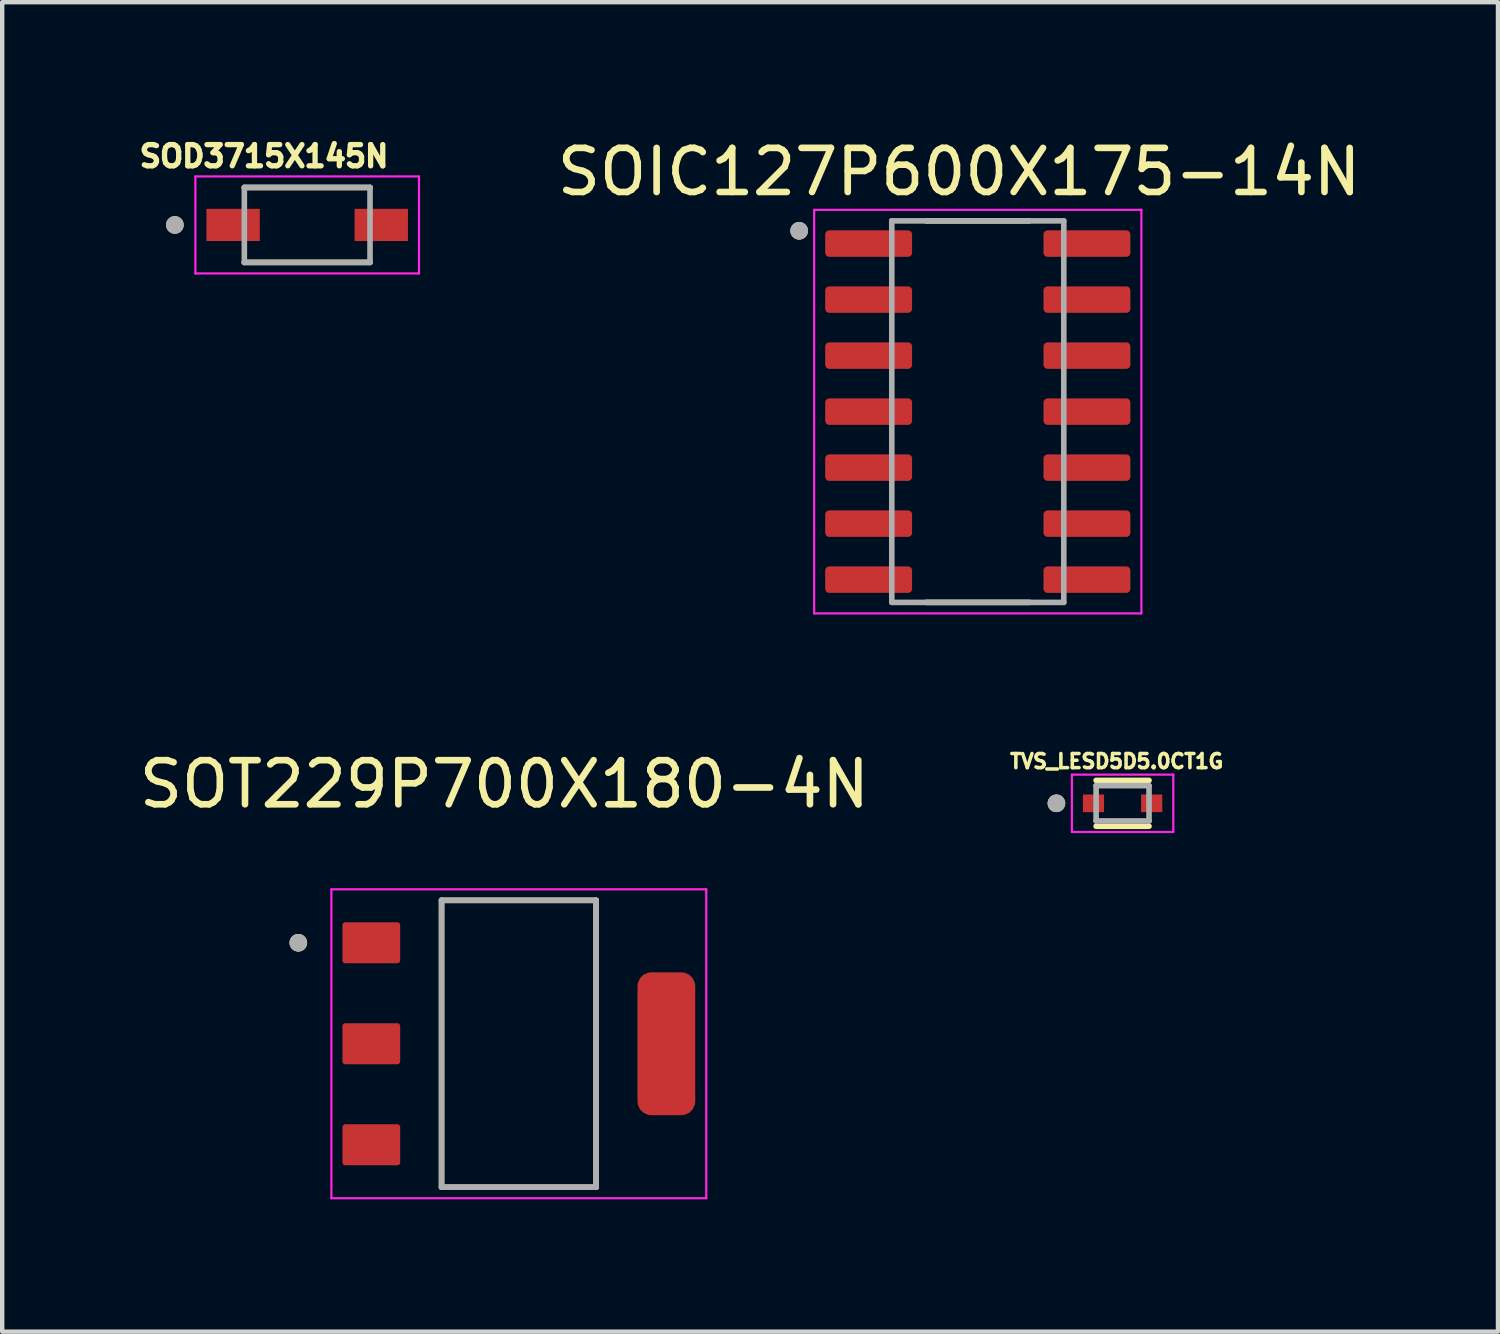
<source format=kicad_pcb>
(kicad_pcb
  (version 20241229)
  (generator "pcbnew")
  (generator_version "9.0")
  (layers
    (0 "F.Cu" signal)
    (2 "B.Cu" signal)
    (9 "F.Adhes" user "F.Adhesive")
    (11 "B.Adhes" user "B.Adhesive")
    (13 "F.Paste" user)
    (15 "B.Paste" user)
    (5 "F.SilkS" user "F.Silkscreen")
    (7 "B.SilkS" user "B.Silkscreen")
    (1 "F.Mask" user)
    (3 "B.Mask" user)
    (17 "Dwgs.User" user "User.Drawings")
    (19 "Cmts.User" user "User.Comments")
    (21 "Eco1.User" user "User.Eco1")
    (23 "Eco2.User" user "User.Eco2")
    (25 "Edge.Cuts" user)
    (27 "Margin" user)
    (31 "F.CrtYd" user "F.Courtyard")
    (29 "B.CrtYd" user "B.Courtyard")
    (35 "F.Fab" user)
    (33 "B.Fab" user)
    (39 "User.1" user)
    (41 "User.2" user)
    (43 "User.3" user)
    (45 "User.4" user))
  (footprint "TVS_LESD5D5.0CT1G"
    (layer "F.Cu")
    (at 22.403 15.164)
    (property "Reference" "TVS_LESD5D5.0CT1G" (at -0.134 -0.953 0) (layer "F.SilkS") (effects (font (size 0.32 0.32) (thickness 0.15))))
    (attr smd)
    (fp_line (start -0.6 -0.52) (end 0.6 -0.52) (stroke (width 0.127) (type solid)) (layer "F.SilkS"))
    (fp_line (start 0.6 0.52) (end -0.6 0.52) (stroke (width 0.127) (type solid)) (layer "F.SilkS"))
    (fp_circle (center -1.5 0) (end -1.4 0) (stroke (width 0.2) (type solid)) (fill no) (layer "F.SilkS"))
    (fp_line (start -1.15 -0.65) (end -1.15 0.65) (stroke (width 0.05) (type solid)) (layer "F.CrtYd"))
    (fp_line (start -1.15 0.65) (end 1.15 0.65) (stroke (width 0.05) (type solid)) (layer "F.CrtYd"))
    (fp_line (start 1.15 -0.65) (end -1.15 -0.65) (stroke (width 0.05) (type solid)) (layer "F.CrtYd"))
    (fp_line (start 1.15 0.65) (end 1.15 -0.65) (stroke (width 0.05) (type solid)) (layer "F.CrtYd"))
    (fp_line (start -0.6 -0.4) (end 0.6 -0.4) (stroke (width 0.127) (type solid)) (layer "F.Fab"))
    (fp_line (start -0.6 0.4) (end -0.6 -0.4) (stroke (width 0.127) (type solid)) (layer "F.Fab"))
    (fp_line (start 0.6 -0.4) (end 0.6 0.4) (stroke (width 0.127) (type solid)) (layer "F.Fab"))
    (fp_line (start 0.6 0.4) (end -0.6 0.4) (stroke (width 0.127) (type solid)) (layer "F.Fab"))
    (fp_circle (center -1.5 0) (end -1.4 0) (stroke (width 0.2) (type solid)) (fill no) (layer "F.Fab"))
    (pad "1" smd rect (at -0.66 0) (size 0.48 0.4) (layers "F.Cu" "F.Mask" "F.Paste"))
    (pad "2" smd rect (at 0.66 0) (size 0.48 0.4) (layers "F.Cu" "F.Mask" "F.Paste")))
  (footprint "SOT229P700X180-4N"
    (layer "F.Cu")
    (at 8.714 20.616)
    (property "Reference" "SOT229P700X180-4N" (at -0.328 -5.885 0) (layer "F.SilkS") (effects (font (size 1 1) (thickness 0.15))))
    (attr smd)
    (fp_line (start -1.752 -3.252) (end 1.752 -3.252) (stroke (width 0.127) (type solid)) (layer "F.SilkS"))
    (fp_line (start -1.752 3.252) (end -1.752 -3.252) (stroke (width 0.127) (type solid)) (layer "F.SilkS"))
    (fp_line (start 1.752 -3.252) (end 1.752 3.252) (stroke (width 0.127) (type solid)) (layer "F.SilkS"))
    (fp_line (start 1.752 3.252) (end -1.752 3.252) (stroke (width 0.127) (type solid)) (layer "F.SilkS"))
    (fp_circle (center -5 -2.29) (end -4.9 -2.29) (stroke (width 0.2) (type solid)) (fill no) (layer "F.SilkS"))
    (fp_line (start -4.25 -3.502) (end -4.25 3.502) (stroke (width 0.05) (type solid)) (layer "F.CrtYd"))
    (fp_line (start -4.25 3.502) (end 4.25 3.502) (stroke (width 0.05) (type solid)) (layer "F.CrtYd"))
    (fp_line (start 4.25 -3.502) (end -4.25 -3.502) (stroke (width 0.05) (type solid)) (layer "F.CrtYd"))
    (fp_line (start 4.25 3.502) (end 4.25 -3.502) (stroke (width 0.05) (type solid)) (layer "F.CrtYd"))
    (fp_line (start -1.752 -3.252) (end 1.752 -3.252) (stroke (width 0.127) (type solid)) (layer "F.Fab"))
    (fp_line (start -1.752 3.252) (end -1.752 -3.252) (stroke (width 0.127) (type solid)) (layer "F.Fab"))
    (fp_line (start 1.752 -3.252) (end 1.752 3.252) (stroke (width 0.127) (type solid)) (layer "F.Fab"))
    (fp_line (start 1.752 3.252) (end -1.752 3.252) (stroke (width 0.127) (type solid)) (layer "F.Fab"))
    (fp_circle (center -5 -2.29) (end -4.9 -2.29) (stroke (width 0.2) (type solid)) (fill no) (layer "F.Fab"))
    (pad "1" smd roundrect (at -3.345 -2.29) (size 1.31 0.93) (layers "F.Cu" "F.Mask" "F.Paste") (roundrect_rratio 0.07))
    (pad "2" smd roundrect (at -3.345 0) (size 1.31 0.93) (layers "F.Cu" "F.Mask" "F.Paste") (roundrect_rratio 0.07))
    (pad "3" smd roundrect (at -3.345 2.29) (size 1.31 0.93) (layers "F.Cu" "F.Mask" "F.Paste") (roundrect_rratio 0.07))
    (pad "4" smd roundrect (at 3.345 0) (size 1.31 3.24) (layers "F.Cu" "F.Mask" "F.Paste") (roundrect_rratio 0.24)))
  (footprint "SOIC127P600X175-14N"
    (layer "F.Cu")
    (at 19.12 6.283)
    (property "Reference" "SOIC127P600X175-14N" (at -0.425 -5.435 0) (layer "F.SilkS") (effects (font (size 1 1) (thickness 0.15))))
    (attr smd)
    (fp_line (start -1.17 -4.325) (end 1.17 -4.325) (stroke (width 0.127) (type solid)) (layer "F.SilkS"))
    (fp_line (start -1.17 4.325) (end 1.17 4.325) (stroke (width 0.127) (type solid)) (layer "F.SilkS"))
    (fp_circle (center -4.05 -4.1) (end -3.95 -4.1) (stroke (width 0.2) (type solid)) (fill no) (layer "F.SilkS"))
    (fp_line (start -3.71 -4.575) (end 3.71 -4.575) (stroke (width 0.05) (type solid)) (layer "F.CrtYd"))
    (fp_line (start -3.71 4.575) (end -3.71 -4.575) (stroke (width 0.05) (type solid)) (layer "F.CrtYd"))
    (fp_line (start 3.71 -4.575) (end 3.71 4.575) (stroke (width 0.05) (type solid)) (layer "F.CrtYd"))
    (fp_line (start 3.71 4.575) (end -3.71 4.575) (stroke (width 0.05) (type solid)) (layer "F.CrtYd"))
    (fp_line (start -1.95 -4.325) (end 1.95 -4.325) (stroke (width 0.127) (type solid)) (layer "F.Fab"))
    (fp_line (start -1.95 4.325) (end -1.95 -4.325) (stroke (width 0.127) (type solid)) (layer "F.Fab"))
    (fp_line (start 1.95 -4.325) (end 1.95 4.325) (stroke (width 0.127) (type solid)) (layer "F.Fab"))
    (fp_line (start 1.95 4.325) (end -1.95 4.325) (stroke (width 0.127) (type solid)) (layer "F.Fab"))
    (fp_circle (center -4.05 -4.1) (end -3.95 -4.1) (stroke (width 0.2) (type solid)) (fill no) (layer "F.Fab"))
    (pad "1" smd roundrect (at -2.475 -3.81) (size 1.97 0.6) (layers "F.Cu" "F.Mask" "F.Paste") (roundrect_rratio 0.15))
    (pad "2" smd roundrect (at -2.475 -2.54) (size 1.97 0.6) (layers "F.Cu" "F.Mask" "F.Paste") (roundrect_rratio 0.15))
    (pad "3" smd roundrect (at -2.475 -1.27) (size 1.97 0.6) (layers "F.Cu" "F.Mask" "F.Paste") (roundrect_rratio 0.15))
    (pad "4" smd roundrect (at -2.475 0) (size 1.97 0.6) (layers "F.Cu" "F.Mask" "F.Paste") (roundrect_rratio 0.15))
    (pad "5" smd roundrect (at -2.475 1.27) (size 1.97 0.6) (layers "F.Cu" "F.Mask" "F.Paste") (roundrect_rratio 0.15))
    (pad "6" smd roundrect (at -2.475 2.54) (size 1.97 0.6) (layers "F.Cu" "F.Mask" "F.Paste") (roundrect_rratio 0.15))
    (pad "7" smd roundrect (at -2.475 3.81) (size 1.97 0.6) (layers "F.Cu" "F.Mask" "F.Paste") (roundrect_rratio 0.15))
    (pad "8" smd roundrect (at 2.475 3.81) (size 1.97 0.6) (layers "F.Cu" "F.Mask" "F.Paste") (roundrect_rratio 0.15))
    (pad "9" smd roundrect (at 2.475 2.54) (size 1.97 0.6) (layers "F.Cu" "F.Mask" "F.Paste") (roundrect_rratio 0.15))
    (pad "10" smd roundrect (at 2.475 1.27) (size 1.97 0.6) (layers "F.Cu" "F.Mask" "F.Paste") (roundrect_rratio 0.15))
    (pad "11" smd roundrect (at 2.475 0) (size 1.97 0.6) (layers "F.Cu" "F.Mask" "F.Paste") (roundrect_rratio 0.15))
    (pad "12" smd roundrect (at 2.475 -1.27) (size 1.97 0.6) (layers "F.Cu" "F.Mask" "F.Paste") (roundrect_rratio 0.15))
    (pad "13" smd roundrect (at 2.475 -2.54) (size 1.97 0.6) (layers "F.Cu" "F.Mask" "F.Paste") (roundrect_rratio 0.15))
    (pad "14" smd roundrect (at 2.475 -3.81) (size 1.97 0.6) (layers "F.Cu" "F.Mask" "F.Paste") (roundrect_rratio 0.15)))
  (footprint "SOD3715X145N"
    (layer "F.Cu")
    (at 3.915 2.05)
    (property "Reference" "SOD3715X145N" (at -0.978 -1.557 0) (layer "F.SilkS") (effects (font (size 0.481 0.481) (thickness 0.15))))
    (attr smd)
    (fp_line (start -1.425 -0.85) (end 1.425 -0.85) (stroke (width 0.127) (type solid)) (layer "F.SilkS"))
    (fp_line (start 1.425 0.85) (end -1.425 0.85) (stroke (width 0.127) (type solid)) (layer "F.SilkS"))
    (fp_circle (center -3 0) (end -2.9 0) (stroke (width 0.2) (type solid)) (fill no) (layer "F.SilkS"))
    (fp_line (start -2.535 -1.1) (end 2.535 -1.1) (stroke (width 0.05) (type solid)) (layer "F.CrtYd"))
    (fp_line (start -2.535 1.1) (end -2.535 -1.1) (stroke (width 0.05) (type solid)) (layer "F.CrtYd"))
    (fp_line (start 2.535 -1.1) (end 2.535 1.1) (stroke (width 0.05) (type solid)) (layer "F.CrtYd"))
    (fp_line (start 2.535 1.1) (end -2.535 1.1) (stroke (width 0.05) (type solid)) (layer "F.CrtYd"))
    (fp_line (start -1.425 -0.85) (end 1.425 -0.85) (stroke (width 0.127) (type solid)) (layer "F.Fab"))
    (fp_line (start -1.425 0.85) (end -1.425 -0.85) (stroke (width 0.127) (type solid)) (layer "F.Fab"))
    (fp_line (start 1.425 -0.85) (end 1.425 0.85) (stroke (width 0.127) (type solid)) (layer "F.Fab"))
    (fp_line (start 1.425 0.85) (end -1.425 0.85) (stroke (width 0.127) (type solid)) (layer "F.Fab"))
    (fp_circle (center -3 0) (end -2.9 0) (stroke (width 0.2) (type solid)) (fill no) (layer "F.Fab"))
    (pad "A" smd rect (at 1.68 0) (size 1.21 0.73) (layers "F.Cu" "F.Mask" "F.Paste"))
    (pad "C" smd rect (at -1.68 0) (size 1.21 0.73) (layers "F.Cu" "F.Mask" "F.Paste")))
  (gr_rect
    (start -3 -3)
    (end 30.915 27.144)
    (stroke (width 0.1) (type default))
    (fill no)
    (layer "Edge.Cuts")))
</source>
